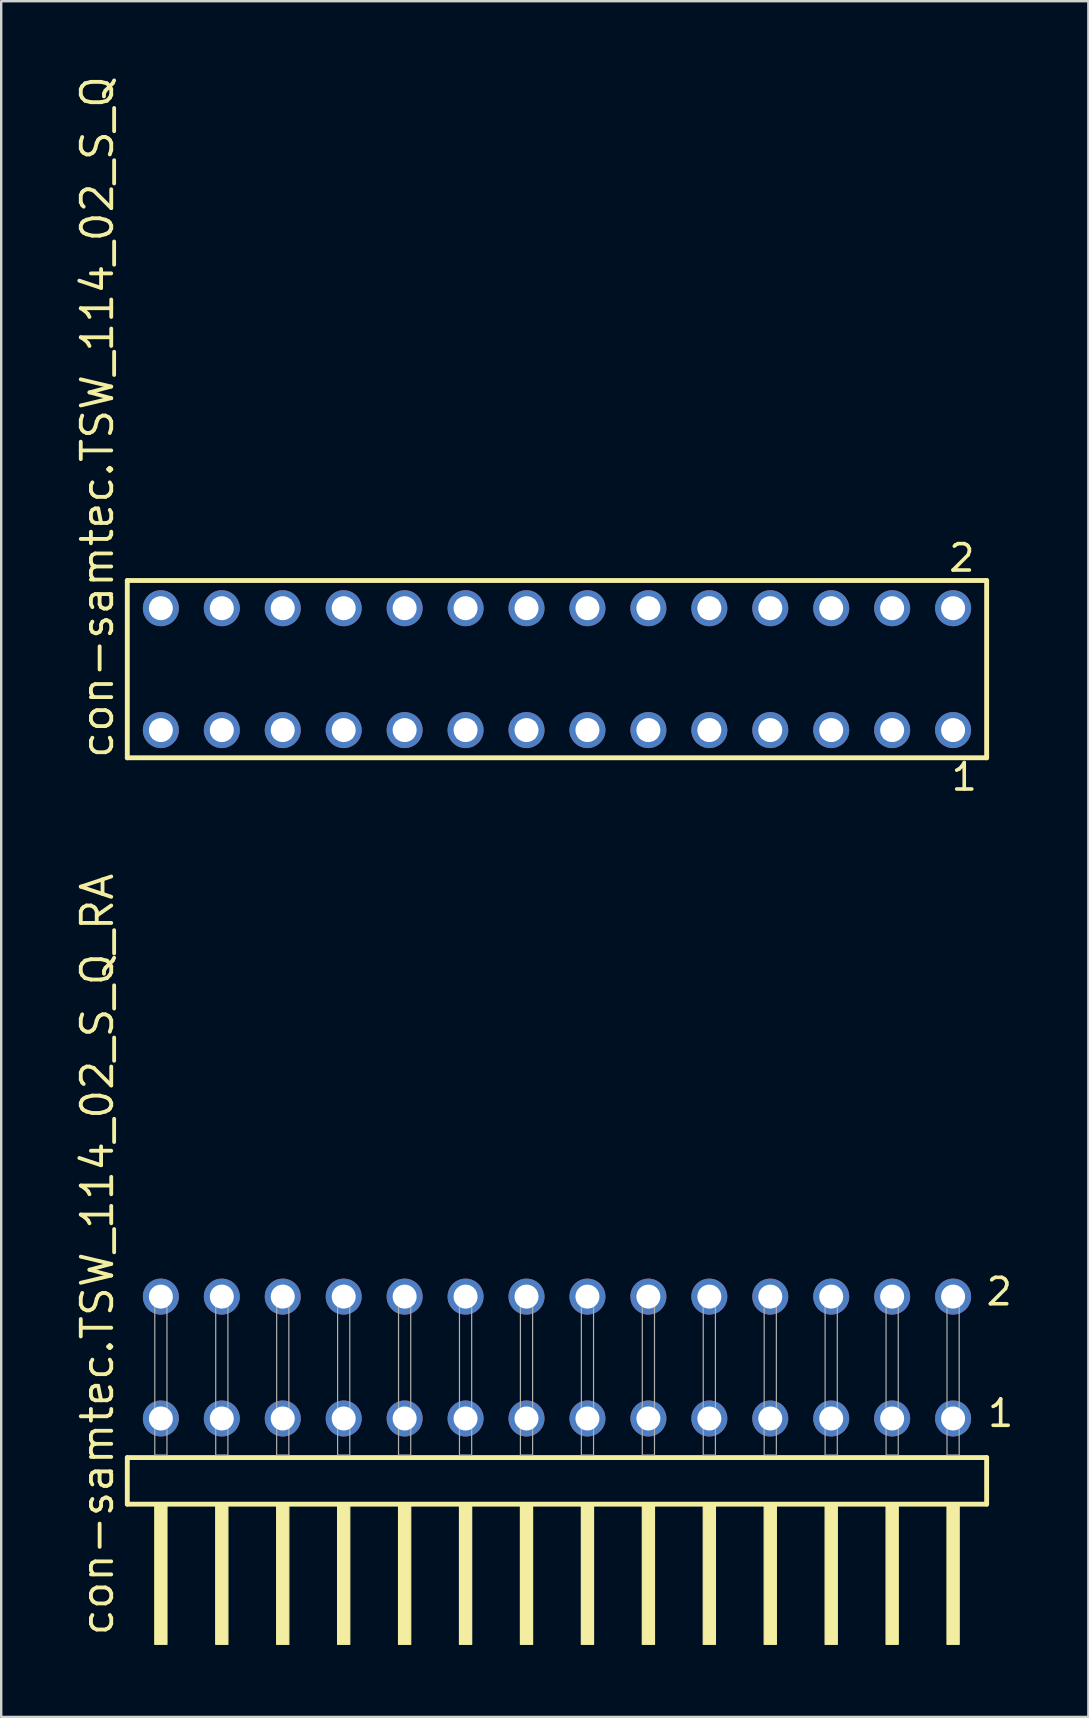
<source format=kicad_pcb>
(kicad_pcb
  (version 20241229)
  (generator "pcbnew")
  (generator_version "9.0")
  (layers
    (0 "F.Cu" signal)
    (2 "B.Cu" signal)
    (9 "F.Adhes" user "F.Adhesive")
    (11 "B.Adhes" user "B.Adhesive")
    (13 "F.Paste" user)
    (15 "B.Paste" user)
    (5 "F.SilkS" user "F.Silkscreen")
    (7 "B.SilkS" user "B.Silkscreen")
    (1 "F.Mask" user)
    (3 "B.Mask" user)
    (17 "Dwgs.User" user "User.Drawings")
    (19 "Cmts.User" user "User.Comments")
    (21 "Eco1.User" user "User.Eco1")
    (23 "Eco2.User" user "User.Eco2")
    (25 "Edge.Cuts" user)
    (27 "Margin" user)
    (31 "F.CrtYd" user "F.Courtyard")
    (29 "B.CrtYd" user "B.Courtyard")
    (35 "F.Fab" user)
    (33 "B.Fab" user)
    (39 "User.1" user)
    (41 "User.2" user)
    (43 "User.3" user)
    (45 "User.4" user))
  (footprint "con-samtec.TSW_114_02_S_Q"
    (layer "F.Cu")
    (at 20.165 24.84)
    (property "Reference" "con-samtec.TSW_114_02_S_Q" (at -18.415 3.81 90) (layer "F.SilkS") (effects (font (size 1.27 1.27) (thickness 0.16)) (justify left bottom)))
    (attr through_hole)
    (fp_line (start -17.909 -3.695) (end 17.909 -3.695) (stroke (width 0.203) (type default)) (layer "F.SilkS"))
    (fp_line (start -17.909 3.695) (end -17.909 -3.695) (stroke (width 0.203) (type default)) (layer "F.SilkS"))
    (fp_line (start 17.909 -3.695) (end 17.909 3.695) (stroke (width 0.203) (type default)) (layer "F.SilkS"))
    (fp_line (start 17.909 3.695) (end -17.909 3.695) (stroke (width 0.203) (type default)) (layer "F.SilkS"))
    (fp_rect (start -16.86 -2.19) (end -16.16 -2.89) (stroke (width 0.05) (type default)) (fill no) (layer "F.Fab"))
    (fp_rect (start -16.86 2.89) (end -16.16 2.19) (stroke (width 0.05) (type default)) (fill no) (layer "F.Fab"))
    (fp_rect (start -14.32 -2.19) (end -13.62 -2.89) (stroke (width 0.05) (type default)) (fill no) (layer "F.Fab"))
    (fp_rect (start -14.32 2.89) (end -13.62 2.19) (stroke (width 0.05) (type default)) (fill no) (layer "F.Fab"))
    (fp_rect (start -11.78 -2.19) (end -11.08 -2.89) (stroke (width 0.05) (type default)) (fill no) (layer "F.Fab"))
    (fp_rect (start -11.78 2.89) (end -11.08 2.19) (stroke (width 0.05) (type default)) (fill no) (layer "F.Fab"))
    (fp_rect (start -9.24 -2.19) (end -8.54 -2.89) (stroke (width 0.05) (type default)) (fill no) (layer "F.Fab"))
    (fp_rect (start -9.24 2.89) (end -8.54 2.19) (stroke (width 0.05) (type default)) (fill no) (layer "F.Fab"))
    (fp_rect (start -6.7 -2.19) (end -6 -2.89) (stroke (width 0.05) (type default)) (fill no) (layer "F.Fab"))
    (fp_rect (start -6.7 2.89) (end -6 2.19) (stroke (width 0.05) (type default)) (fill no) (layer "F.Fab"))
    (fp_rect (start -4.16 -2.19) (end -3.46 -2.89) (stroke (width 0.05) (type default)) (fill no) (layer "F.Fab"))
    (fp_rect (start -4.16 2.89) (end -3.46 2.19) (stroke (width 0.05) (type default)) (fill no) (layer "F.Fab"))
    (fp_rect (start -1.62 -2.19) (end -0.92 -2.89) (stroke (width 0.05) (type default)) (fill no) (layer "F.Fab"))
    (fp_rect (start -1.62 2.89) (end -0.92 2.19) (stroke (width 0.05) (type default)) (fill no) (layer "F.Fab"))
    (fp_rect (start 0.92 -2.19) (end 1.62 -2.89) (stroke (width 0.05) (type default)) (fill no) (layer "F.Fab"))
    (fp_rect (start 0.92 2.89) (end 1.62 2.19) (stroke (width 0.05) (type default)) (fill no) (layer "F.Fab"))
    (fp_rect (start 3.46 -2.19) (end 4.16 -2.89) (stroke (width 0.05) (type default)) (fill no) (layer "F.Fab"))
    (fp_rect (start 3.46 2.89) (end 4.16 2.19) (stroke (width 0.05) (type default)) (fill no) (layer "F.Fab"))
    (fp_rect (start 6 -2.19) (end 6.7 -2.89) (stroke (width 0.05) (type default)) (fill no) (layer "F.Fab"))
    (fp_rect (start 6 2.89) (end 6.7 2.19) (stroke (width 0.05) (type default)) (fill no) (layer "F.Fab"))
    (fp_rect (start 8.54 -2.19) (end 9.24 -2.89) (stroke (width 0.05) (type default)) (fill no) (layer "F.Fab"))
    (fp_rect (start 8.54 2.89) (end 9.24 2.19) (stroke (width 0.05) (type default)) (fill no) (layer "F.Fab"))
    (fp_rect (start 11.08 -2.19) (end 11.78 -2.89) (stroke (width 0.05) (type default)) (fill no) (layer "F.Fab"))
    (fp_rect (start 11.08 2.89) (end 11.78 2.19) (stroke (width 0.05) (type default)) (fill no) (layer "F.Fab"))
    (fp_rect (start 13.62 -2.19) (end 14.32 -2.89) (stroke (width 0.05) (type default)) (fill no) (layer "F.Fab"))
    (fp_rect (start 13.62 2.89) (end 14.32 2.19) (stroke (width 0.05) (type default)) (fill no) (layer "F.Fab"))
    (fp_rect (start 16.16 -2.19) (end 16.86 -2.89) (stroke (width 0.05) (type default)) (fill no) (layer "F.Fab"))
    (fp_rect (start 16.16 2.89) (end 16.86 2.19) (stroke (width 0.05) (type default)) (fill no) (layer "F.Fab"))
    (fp_text user "2" (at 16.252 -3.989 0) (layer "F.SilkS") (effects (font (size 1.1 1.1) (thickness 0.15)) (justify left bottom)))
    (fp_text user "1" (at 16.352 5.138 0) (layer "F.SilkS") (effects (font (size 1.1 1.1) (thickness 0.15)) (justify left bottom)))
    (pad "1" thru_hole circle (at 16.51 2.54 180) (size 1.5 1.5) (drill 1) (layers "*.Cu" "*.Mask"))
    (pad "2" thru_hole circle (at 16.51 -2.54 180) (size 1.5 1.5) (drill 1) (layers "*.Cu" "*.Mask"))
    (pad "3" thru_hole circle (at 13.97 2.54 180) (size 1.5 1.5) (drill 1) (layers "*.Cu" "*.Mask"))
    (pad "4" thru_hole circle (at 13.97 -2.54 180) (size 1.5 1.5) (drill 1) (layers "*.Cu" "*.Mask"))
    (pad "5" thru_hole circle (at 11.43 2.54 180) (size 1.5 1.5) (drill 1) (layers "*.Cu" "*.Mask"))
    (pad "6" thru_hole circle (at 11.43 -2.54 180) (size 1.5 1.5) (drill 1) (layers "*.Cu" "*.Mask"))
    (pad "7" thru_hole circle (at 8.89 2.54 180) (size 1.5 1.5) (drill 1) (layers "*.Cu" "*.Mask"))
    (pad "8" thru_hole circle (at 8.89 -2.54 180) (size 1.5 1.5) (drill 1) (layers "*.Cu" "*.Mask"))
    (pad "9" thru_hole circle (at 6.35 2.54 180) (size 1.5 1.5) (drill 1) (layers "*.Cu" "*.Mask"))
    (pad "10" thru_hole circle (at 6.35 -2.54 180) (size 1.5 1.5) (drill 1) (layers "*.Cu" "*.Mask"))
    (pad "11" thru_hole circle (at 3.81 2.54 180) (size 1.5 1.5) (drill 1) (layers "*.Cu" "*.Mask"))
    (pad "12" thru_hole circle (at 3.81 -2.54 180) (size 1.5 1.5) (drill 1) (layers "*.Cu" "*.Mask"))
    (pad "13" thru_hole circle (at 1.27 2.54 180) (size 1.5 1.5) (drill 1) (layers "*.Cu" "*.Mask"))
    (pad "14" thru_hole circle (at 1.27 -2.54 180) (size 1.5 1.5) (drill 1) (layers "*.Cu" "*.Mask"))
    (pad "15" thru_hole circle (at -1.27 2.54 180) (size 1.5 1.5) (drill 1) (layers "*.Cu" "*.Mask"))
    (pad "16" thru_hole circle (at -1.27 -2.54 180) (size 1.5 1.5) (drill 1) (layers "*.Cu" "*.Mask"))
    (pad "17" thru_hole circle (at -3.81 2.54 180) (size 1.5 1.5) (drill 1) (layers "*.Cu" "*.Mask"))
    (pad "18" thru_hole circle (at -3.81 -2.54 180) (size 1.5 1.5) (drill 1) (layers "*.Cu" "*.Mask"))
    (pad "19" thru_hole circle (at -6.35 2.54 180) (size 1.5 1.5) (drill 1) (layers "*.Cu" "*.Mask"))
    (pad "20" thru_hole circle (at -6.35 -2.54 180) (size 1.5 1.5) (drill 1) (layers "*.Cu" "*.Mask"))
    (pad "21" thru_hole circle (at -8.89 2.54 180) (size 1.5 1.5) (drill 1) (layers "*.Cu" "*.Mask"))
    (pad "22" thru_hole circle (at -8.89 -2.54 180) (size 1.5 1.5) (drill 1) (layers "*.Cu" "*.Mask"))
    (pad "23" thru_hole circle (at -11.43 2.54 180) (size 1.5 1.5) (drill 1) (layers "*.Cu" "*.Mask"))
    (pad "24" thru_hole circle (at -11.43 -2.54 180) (size 1.5 1.5) (drill 1) (layers "*.Cu" "*.Mask"))
    (pad "25" thru_hole circle (at -13.97 2.54 180) (size 1.5 1.5) (drill 1) (layers "*.Cu" "*.Mask"))
    (pad "26" thru_hole circle (at -13.97 -2.54 180) (size 1.5 1.5) (drill 1) (layers "*.Cu" "*.Mask"))
    (pad "27" thru_hole circle (at -16.51 2.54 180) (size 1.5 1.5) (drill 1) (layers "*.Cu" "*.Mask"))
    (pad "28" thru_hole circle (at -16.51 -2.54 180) (size 1.5 1.5) (drill 1) (layers "*.Cu" "*.Mask")))
  (footprint "con-samtec.TSW_114_02_S_Q_RA"
    (layer "F.Cu")
    (at 20.165 57.597)
    (property "Reference" "con-samtec.TSW_114_02_S_Q_RA" (at -18.415 7.62 90) (layer "F.SilkS") (effects (font (size 1.27 1.27) (thickness 0.16)) (justify left bottom)))
    (attr through_hole)
    (fp_line (start -17.909 0.106) (end -17.909 2.046) (stroke (width 0.203) (type default)) (layer "F.SilkS"))
    (fp_line (start -17.909 2.046) (end 17.909 2.046) (stroke (width 0.203) (type default)) (layer "F.SilkS"))
    (fp_line (start 17.909 0.106) (end -17.909 0.106) (stroke (width 0.203) (type default)) (layer "F.SilkS"))
    (fp_line (start 17.909 2.046) (end 17.909 0.106) (stroke (width 0.203) (type default)) (layer "F.SilkS"))
    (fp_rect (start -16.764 7.89) (end -16.256 2.04) (stroke (width 0.05) (type default)) (fill yes) (layer "F.SilkS"))
    (fp_rect (start -14.224 7.89) (end -13.716 2.04) (stroke (width 0.05) (type default)) (fill yes) (layer "F.SilkS"))
    (fp_rect (start -11.684 7.89) (end -11.176 2.04) (stroke (width 0.05) (type default)) (fill yes) (layer "F.SilkS"))
    (fp_rect (start -9.144 7.89) (end -8.636 2.04) (stroke (width 0.05) (type default)) (fill yes) (layer "F.SilkS"))
    (fp_rect (start -6.604 7.89) (end -6.096 2.04) (stroke (width 0.05) (type default)) (fill yes) (layer "F.SilkS"))
    (fp_rect (start -4.064 7.89) (end -3.556 2.04) (stroke (width 0.05) (type default)) (fill yes) (layer "F.SilkS"))
    (fp_rect (start -1.524 7.89) (end -1.016 2.04) (stroke (width 0.05) (type default)) (fill yes) (layer "F.SilkS"))
    (fp_rect (start 1.016 7.89) (end 1.524 2.04) (stroke (width 0.05) (type default)) (fill yes) (layer "F.SilkS"))
    (fp_rect (start 3.556 7.89) (end 4.064 2.04) (stroke (width 0.05) (type default)) (fill yes) (layer "F.SilkS"))
    (fp_rect (start 6.096 7.89) (end 6.604 2.04) (stroke (width 0.05) (type default)) (fill yes) (layer "F.SilkS"))
    (fp_rect (start 8.636 7.89) (end 9.144 2.04) (stroke (width 0.05) (type default)) (fill yes) (layer "F.SilkS"))
    (fp_rect (start 11.176 7.89) (end 11.684 2.04) (stroke (width 0.05) (type default)) (fill yes) (layer "F.SilkS"))
    (fp_rect (start 13.716 7.89) (end 14.224 2.04) (stroke (width 0.05) (type default)) (fill yes) (layer "F.SilkS"))
    (fp_rect (start 16.256 7.89) (end 16.764 2.04) (stroke (width 0.05) (type default)) (fill yes) (layer "F.SilkS"))
    (fp_rect (start -16.764 0) (end -16.256 -6.858) (stroke (width 0.05) (type default)) (fill no) (layer "F.Fab"))
    (fp_rect (start -14.224 0) (end -13.716 -6.858) (stroke (width 0.05) (type default)) (fill no) (layer "F.Fab"))
    (fp_rect (start -11.684 0) (end -11.176 -6.858) (stroke (width 0.05) (type default)) (fill no) (layer "F.Fab"))
    (fp_rect (start -9.144 0) (end -8.636 -6.858) (stroke (width 0.05) (type default)) (fill no) (layer "F.Fab"))
    (fp_rect (start -6.604 0) (end -6.096 -6.858) (stroke (width 0.05) (type default)) (fill no) (layer "F.Fab"))
    (fp_rect (start -4.064 0) (end -3.556 -6.858) (stroke (width 0.05) (type default)) (fill no) (layer "F.Fab"))
    (fp_rect (start -1.524 0) (end -1.016 -6.858) (stroke (width 0.05) (type default)) (fill no) (layer "F.Fab"))
    (fp_rect (start 1.016 0) (end 1.524 -6.858) (stroke (width 0.05) (type default)) (fill no) (layer "F.Fab"))
    (fp_rect (start 3.556 0) (end 4.064 -6.858) (stroke (width 0.05) (type default)) (fill no) (layer "F.Fab"))
    (fp_rect (start 6.096 0) (end 6.604 -6.858) (stroke (width 0.05) (type default)) (fill no) (layer "F.Fab"))
    (fp_rect (start 8.636 0) (end 9.144 -6.858) (stroke (width 0.05) (type default)) (fill no) (layer "F.Fab"))
    (fp_rect (start 11.176 0) (end 11.684 -6.858) (stroke (width 0.05) (type default)) (fill no) (layer "F.Fab"))
    (fp_rect (start 13.716 0) (end 14.224 -6.858) (stroke (width 0.05) (type default)) (fill no) (layer "F.Fab"))
    (fp_rect (start 16.256 0) (end 16.764 -6.858) (stroke (width 0.05) (type default)) (fill no) (layer "F.Fab"))
    (fp_text user "1" (at 17.87 -1.1 0) (layer "F.SilkS") (effects (font (size 1.1 1.1) (thickness 0.15)) (justify left bottom)))
    (fp_text user "2" (at 17.81 -6.165 0) (layer "F.SilkS") (effects (font (size 1.1 1.1) (thickness 0.15)) (justify left bottom)))
    (pad "1" thru_hole circle (at 16.51 -1.524 180) (size 1.5 1.5) (drill 1) (layers "*.Cu" "*.Mask"))
    (pad "2" thru_hole circle (at 16.51 -6.604 180) (size 1.5 1.5) (drill 1) (layers "*.Cu" "*.Mask"))
    (pad "3" thru_hole circle (at 13.97 -1.524 180) (size 1.5 1.5) (drill 1) (layers "*.Cu" "*.Mask"))
    (pad "4" thru_hole circle (at 13.97 -6.604 180) (size 1.5 1.5) (drill 1) (layers "*.Cu" "*.Mask"))
    (pad "5" thru_hole circle (at 11.43 -1.524 180) (size 1.5 1.5) (drill 1) (layers "*.Cu" "*.Mask"))
    (pad "6" thru_hole circle (at 11.43 -6.604 180) (size 1.5 1.5) (drill 1) (layers "*.Cu" "*.Mask"))
    (pad "7" thru_hole circle (at 8.89 -1.524 180) (size 1.5 1.5) (drill 1) (layers "*.Cu" "*.Mask"))
    (pad "8" thru_hole circle (at 8.89 -6.604 180) (size 1.5 1.5) (drill 1) (layers "*.Cu" "*.Mask"))
    (pad "9" thru_hole circle (at 6.35 -1.524 180) (size 1.5 1.5) (drill 1) (layers "*.Cu" "*.Mask"))
    (pad "10" thru_hole circle (at 6.35 -6.604 180) (size 1.5 1.5) (drill 1) (layers "*.Cu" "*.Mask"))
    (pad "11" thru_hole circle (at 3.81 -1.524 180) (size 1.5 1.5) (drill 1) (layers "*.Cu" "*.Mask"))
    (pad "12" thru_hole circle (at 3.81 -6.604 180) (size 1.5 1.5) (drill 1) (layers "*.Cu" "*.Mask"))
    (pad "13" thru_hole circle (at 1.27 -1.524 180) (size 1.5 1.5) (drill 1) (layers "*.Cu" "*.Mask"))
    (pad "14" thru_hole circle (at 1.27 -6.604 180) (size 1.5 1.5) (drill 1) (layers "*.Cu" "*.Mask"))
    (pad "15" thru_hole circle (at -1.27 -1.524 180) (size 1.5 1.5) (drill 1) (layers "*.Cu" "*.Mask"))
    (pad "16" thru_hole circle (at -1.27 -6.604 180) (size 1.5 1.5) (drill 1) (layers "*.Cu" "*.Mask"))
    (pad "17" thru_hole circle (at -3.81 -1.524 180) (size 1.5 1.5) (drill 1) (layers "*.Cu" "*.Mask"))
    (pad "18" thru_hole circle (at -3.81 -6.604 180) (size 1.5 1.5) (drill 1) (layers "*.Cu" "*.Mask"))
    (pad "19" thru_hole circle (at -6.35 -1.524 180) (size 1.5 1.5) (drill 1) (layers "*.Cu" "*.Mask"))
    (pad "20" thru_hole circle (at -6.35 -6.604 180) (size 1.5 1.5) (drill 1) (layers "*.Cu" "*.Mask"))
    (pad "21" thru_hole circle (at -8.89 -1.524 180) (size 1.5 1.5) (drill 1) (layers "*.Cu" "*.Mask"))
    (pad "22" thru_hole circle (at -8.89 -6.604 180) (size 1.5 1.5) (drill 1) (layers "*.Cu" "*.Mask"))
    (pad "23" thru_hole circle (at -11.43 -1.524 180) (size 1.5 1.5) (drill 1) (layers "*.Cu" "*.Mask"))
    (pad "24" thru_hole circle (at -11.43 -6.604 180) (size 1.5 1.5) (drill 1) (layers "*.Cu" "*.Mask"))
    (pad "25" thru_hole circle (at -13.97 -1.524 180) (size 1.5 1.5) (drill 1) (layers "*.Cu" "*.Mask"))
    (pad "26" thru_hole circle (at -13.97 -6.604 180) (size 1.5 1.5) (drill 1) (layers "*.Cu" "*.Mask"))
    (pad "27" thru_hole circle (at -16.51 -1.524 180) (size 1.5 1.5) (drill 1) (layers "*.Cu" "*.Mask"))
    (pad "28" thru_hole circle (at -16.51 -6.604 180) (size 1.5 1.5) (drill 1) (layers "*.Cu" "*.Mask")))
  (gr_rect
    (start -3 -3)
    (end 42.313 68.512)
    (stroke (width 0.1) (type default))
    (fill no)
    (layer "Edge.Cuts")))
</source>
